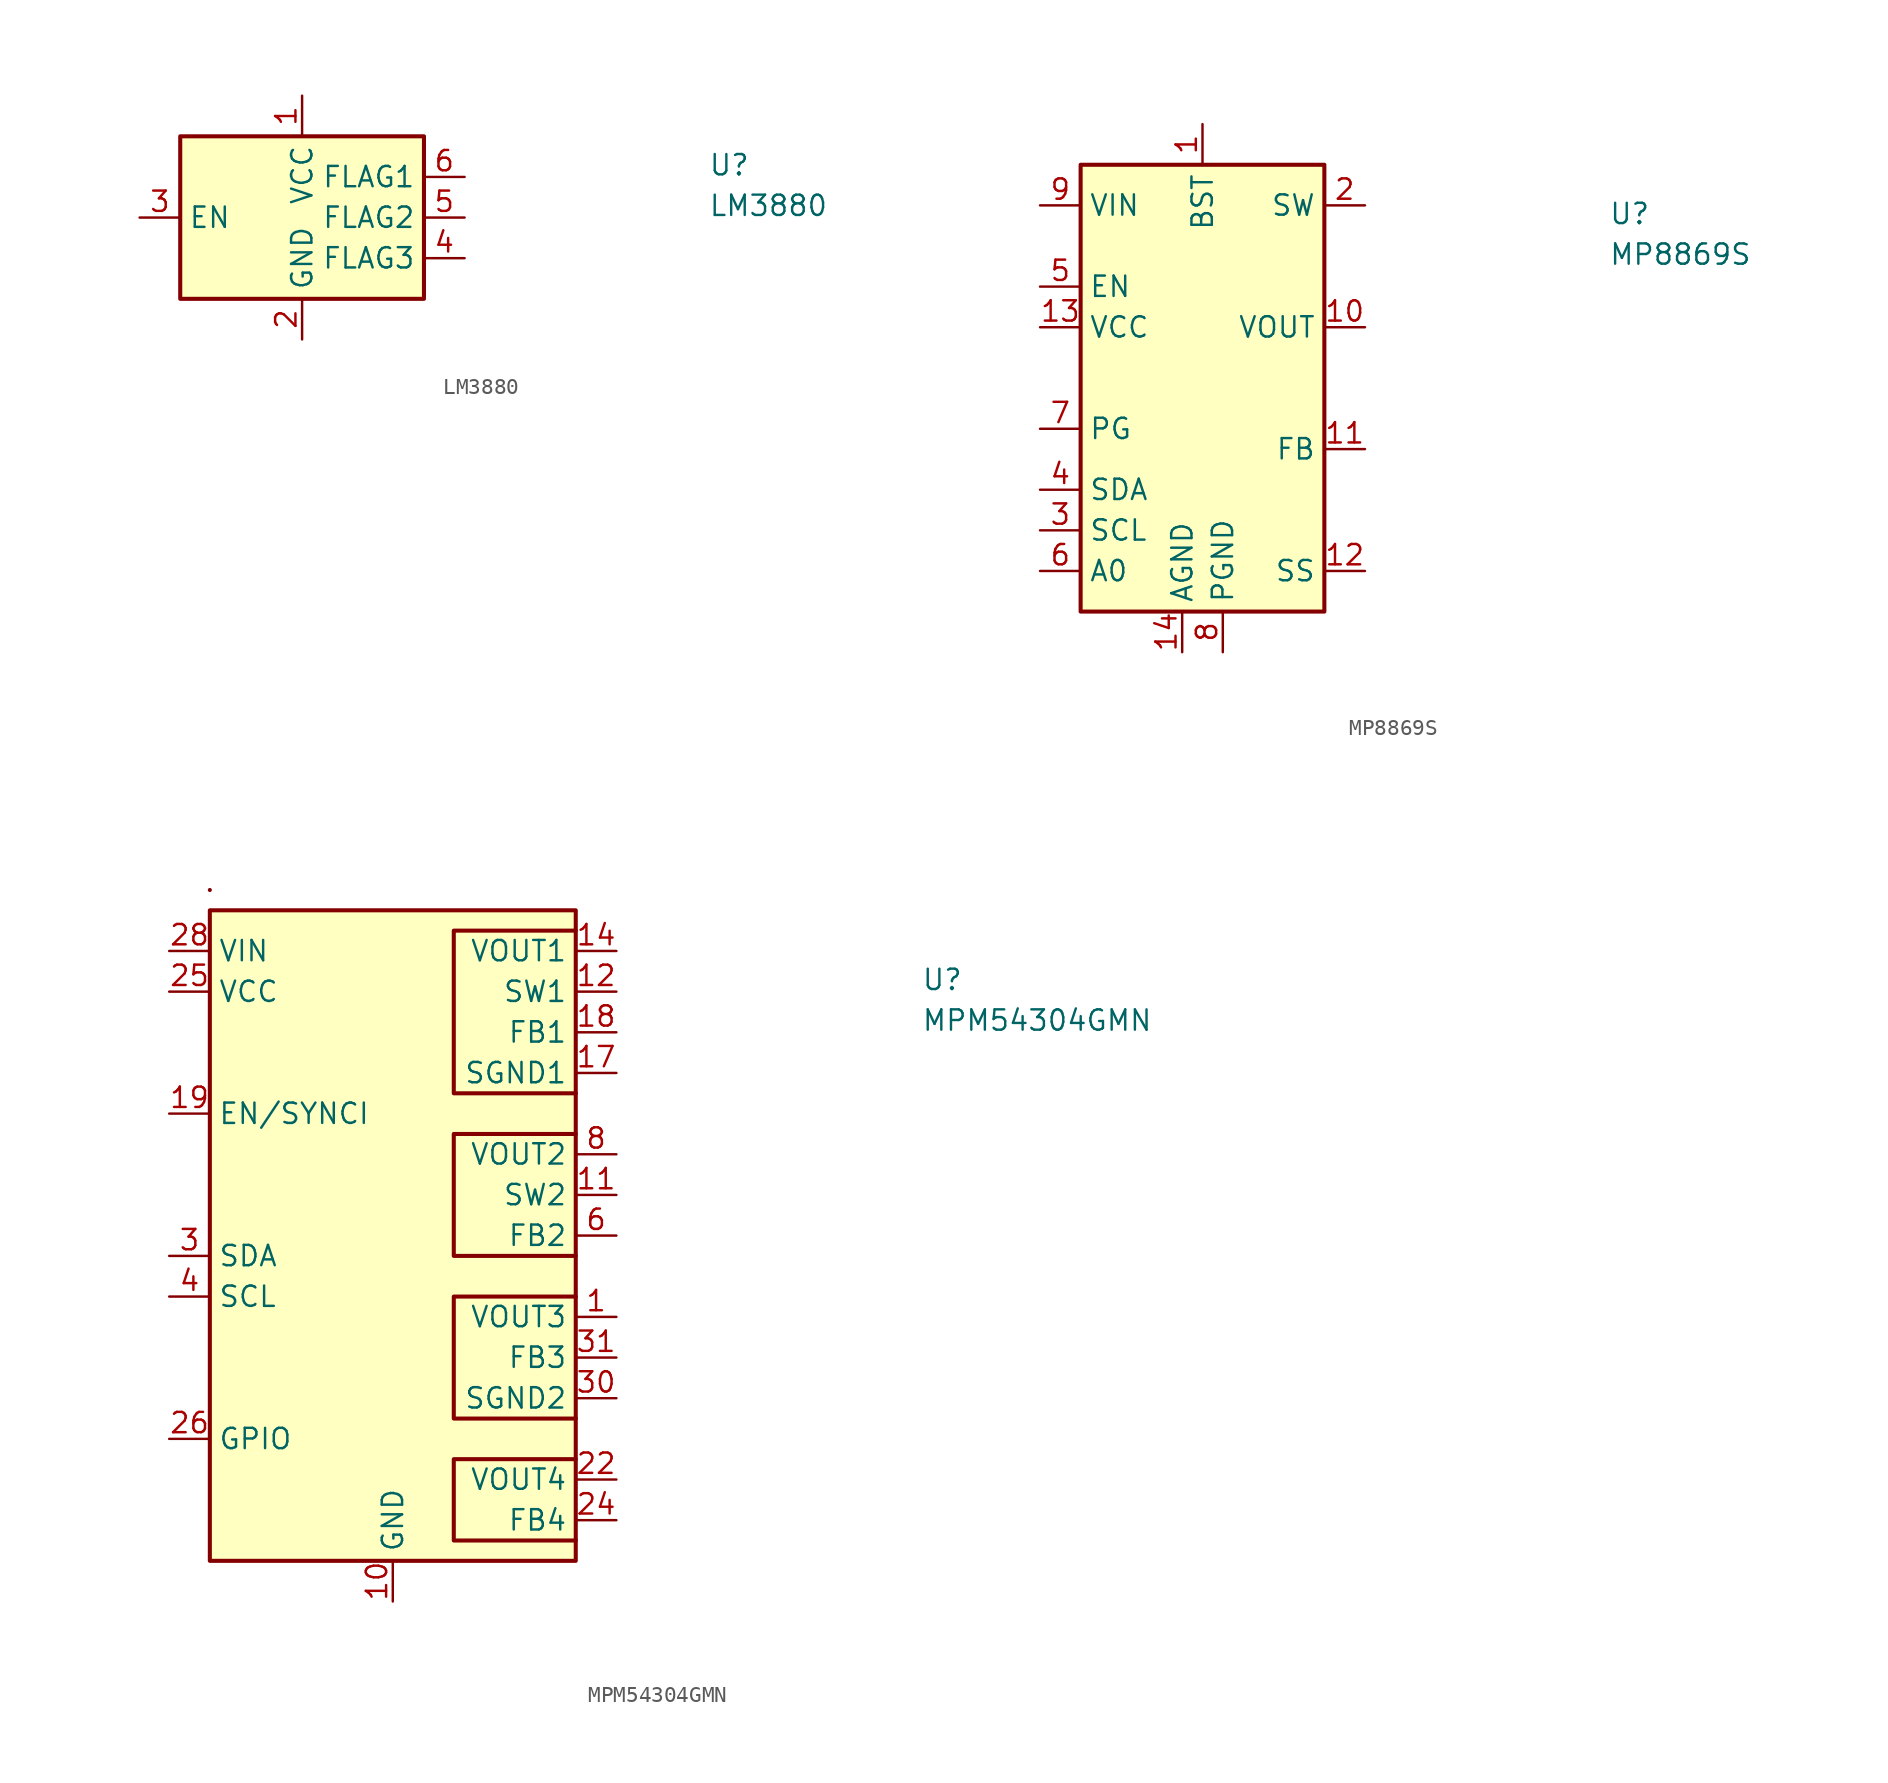
<source format=kicad_sym>
(kicad_symbol_lib
  (version 20211014)
  (generator kicad_symbol_editor)
  (symbol "LM3880"
    (property "Reference" "U"
      (at 25.4 -5.08 0)
      (effects (font (size 1.27 1.27) (thickness 0.15)) (justify left bottom)))
    (property "Value" "LM3880"
      (at 25.4 -7.62 0)
      (effects (font (size 1.27 1.27) (thickness 0.15)) (justify left bottom)))
    (symbol "LM3880_1_1"
      (rectangle (start -7.62 -2.54) (end 7.62 -12.7) (stroke (width 0.254) (type default) (color 0 0 0 0)) (fill (type background)))
      (pin power_in line (at 0 0 270) (length 2.54) (name "VCC" (effects (font (size 1.27 1.27)))) (number "1" (effects (font (size 1.27 1.27)))))
      (pin power_in line (at 0 -15.24 90) (length 2.54) (name "GND" (effects (font (size 1.27 1.27)))) (number "2" (effects (font (size 1.27 1.27)))))
      (pin input line (at -10.16 -7.62 0) (length 2.54) (name "EN" (effects (font (size 1.27 1.27)))) (number "3" (effects (font (size 1.27 1.27)))))
      (pin open_collector line (at 10.16 -10.16 180) (length 2.54) (name "FLAG3" (effects (font (size 1.27 1.27)))) (number "4" (effects (font (size 1.27 1.27)))))
      (pin open_collector line (at 10.16 -7.62 180) (length 2.54) (name "FLAG2" (effects (font (size 1.27 1.27)))) (number "5" (effects (font (size 1.27 1.27)))))
      (pin open_collector line (at 10.16 -5.08 180) (length 2.54) (name "FLAG1" (effects (font (size 1.27 1.27)))) (number "6" (effects (font (size 1.27 1.27)))))))
  (symbol "MP8869S"
    (property "Reference" "U"
      (at 25.4 -6.35 0)
      (effects (font (size 1.27 1.27) (thickness 0.15)) (justify left bottom)))
    (property "Value" "MP8869S"
      (at 25.4 -8.89 0)
      (effects (font (size 1.27 1.27) (thickness 0.15)) (justify left bottom)))
    (symbol "MP8869S_1_1"
      (rectangle (start -7.62 -2.54) (end 7.62 -30.48) (stroke (width 0.254) (type default) (color 0 0 0 0)) (fill (type background)))
      (pin power_in line (at 0 0 270) (length 2.54) (name "BST" (effects (font (size 1.27 1.27)))) (number "1" (effects (font (size 1.27 1.27)))))
      (pin unspecified line (at 10.16 -12.7 180) (length 2.54) (name "VOUT" (effects (font (size 1.27 1.27)))) (number "10" (effects (font (size 1.27 1.27)))))
      (pin unspecified line (at 10.16 -20.32 180) (length 2.54) (name "FB" (effects (font (size 1.27 1.27)))) (number "11" (effects (font (size 1.27 1.27)))))
      (pin unspecified line (at 10.16 -27.94 180) (length 2.54) (name "SS" (effects (font (size 1.27 1.27)))) (number "12" (effects (font (size 1.27 1.27)))))
      (pin power_in line (at -10.16 -12.7 0) (length 2.54) (name "VCC" (effects (font (size 1.27 1.27)))) (number "13" (effects (font (size 1.27 1.27)))))
      (pin power_in line (at -1.27 -33.02 90) (length 2.54) (name "AGND" (effects (font (size 1.27 1.27)))) (number "14" (effects (font (size 1.27 1.27)))))
      (pin output line (at 10.16 -5.08 180) (length 2.54) (name "SW" (effects (font (size 1.27 1.27)))) (number "2" (effects (font (size 1.27 1.27)))))
      (pin unspecified line (at -10.16 -25.4 0) (length 2.54) (name "SCL" (effects (font (size 1.27 1.27)))) (number "3" (effects (font (size 1.27 1.27)))))
      (pin unspecified line (at -10.16 -22.86 0) (length 2.54) (name "SDA" (effects (font (size 1.27 1.27)))) (number "4" (effects (font (size 1.27 1.27)))))
      (pin unspecified line (at -10.16 -10.16 0) (length 2.54) (name "EN" (effects (font (size 1.27 1.27)))) (number "5" (effects (font (size 1.27 1.27)))))
      (pin unspecified line (at -10.16 -27.94 0) (length 2.54) (name "A0" (effects (font (size 1.27 1.27)))) (number "6" (effects (font (size 1.27 1.27)))))
      (pin unspecified line (at -10.16 -19.05 0) (length 2.54) (name "PG" (effects (font (size 1.27 1.27)))) (number "7" (effects (font (size 1.27 1.27)))))
      (pin power_in line (at 1.27 -33.02 90) (length 2.54) (name "PGND" (effects (font (size 1.27 1.27)))) (number "8" (effects (font (size 1.27 1.27)))))
      (pin power_in line (at -10.16 -5.08 0) (length 2.54) (name "VIN" (effects (font (size 1.27 1.27)))) (number "9" (effects (font (size 1.27 1.27)))))))
  (symbol "MPM54304GMN"
    (property "Reference" "U"
      (at 46.99 -2.54 0)
      (effects (font (size 1.27 1.27) (thickness 0.15)) (justify left bottom)))
    (property "Value" "MPM54304GMN"
      (at 46.99 -5.08 0)
      (effects (font (size 1.27 1.27) (thickness 0.15)) (justify left bottom)))
    (symbol "MPM54304GMN_1_1"
      (polyline (pts (xy 25.4 -31.75) (xy 17.78 -31.75) (xy 17.78 -36.83) (xy 25.4 -36.83)) (stroke (width 0.254) (type default) (color 0 0 0 0)) (fill (type background)))
      (polyline (pts (xy 25.4 -21.59) (xy 17.78 -21.59) (xy 17.78 -29.21) (xy 25.4 -29.21)) (stroke (width 0.254) (type default) (color 0 0 0 0)) (fill (type background)))
      (polyline (pts (xy 25.4 -11.43) (xy 17.78 -11.43) (xy 17.78 -19.05) (xy 25.4 -19.05)) (stroke (width 0.254) (type default) (color 0 0 0 0)) (fill (type background)))
      (polyline (pts (xy 25.4 1.27) (xy 17.78 1.27) (xy 17.78 -8.89) (xy 25.4 -8.89)) (stroke (width 0.254) (type default) (color 0 0 0 0)) (fill (type background)))
      (rectangle (start 2.54 2.54) (end 25.4 -38.1) (stroke (width 0.254) (type default) (color 0 0 0 0)) (fill (type background)))
      (rectangle (start 2.54 3.81) (end 2.54 3.81) (stroke (width 0.254) (type default) (color 0 0 0 0)) (fill (type background)))
      (pin power_out line (at 27.94 -22.86 180) (length 2.54) (name "VOUT3" (effects (font (size 1.27 1.27)))) (number "1" (effects (font (size 1.27 1.27)))))
      (pin passive line (at 13.97 -40.64 90) (length 2.54) (name "GND" (effects (font (size 1.27 1.27)))) (number "10" (effects (font (size 1.27 1.27)))))
      (pin power_out line (at 27.94 -15.24 180) (length 2.54) (name "SW2" (effects (font (size 1.27 1.27)))) (number "11" (effects (font (size 1.27 1.27)))))
      (pin power_out line (at 27.94 -2.54 180) (length 2.54) (name "SW1" (effects (font (size 1.27 1.27)))) (number "12" (effects (font (size 1.27 1.27)))))
      (pin passive line (at 13.97 -40.64 90) (length 2.54) hide (name "GND" (effects (font (size 1.27 1.27)))) (number "13" (effects (font (size 1.27 1.27)))))
      (pin power_out line (at 27.94 0 180) (length 2.54) (name "VOUT1" (effects (font (size 1.27 1.27)))) (number "14" (effects (font (size 1.27 1.27)))))
      (pin passive line (at 27.94 0 180) (length 2.54) hide (name "VOUT1" (effects (font (size 1.27 1.27)))) (number "15" (effects (font (size 1.27 1.27)))))
      (pin passive line (at 13.97 -40.64 90) (length 2.54) hide (name "GND" (effects (font (size 1.27 1.27)))) (number "16" (effects (font (size 1.27 1.27)))))
      (pin power_out line (at 27.94 -7.62 180) (length 2.54) (name "SGND1" (effects (font (size 1.27 1.27)))) (number "17" (effects (font (size 1.27 1.27)))))
      (pin input line (at 27.94 -5.08 180) (length 2.54) (name "FB1" (effects (font (size 1.27 1.27)))) (number "18" (effects (font (size 1.27 1.27)))))
      (pin input line (at 0 -10.16 0) (length 2.54) (name "EN/SYNCI" (effects (font (size 1.27 1.27)))) (number "19" (effects (font (size 1.27 1.27)))))
      (pin passive line (at 13.97 -40.64 90) (length 2.54) hide (name "GND" (effects (font (size 1.27 1.27)))) (number "2" (effects (font (size 1.27 1.27)))))
      (pin passive line (at 13.97 -40.64 90) (length 2.54) hide (name "GND" (effects (font (size 1.27 1.27)))) (number "20" (effects (font (size 1.27 1.27)))))
      (pin passive line (at 13.97 -40.64 90) (length 2.54) hide (name "GND" (effects (font (size 1.27 1.27)))) (number "21" (effects (font (size 1.27 1.27)))))
      (pin power_out line (at 27.94 -33.02 180) (length 2.54) (name "VOUT4" (effects (font (size 1.27 1.27)))) (number "22" (effects (font (size 1.27 1.27)))))
      (pin passive line (at 27.94 -33.02 180) (length 2.54) hide (name "VOUT4" (effects (font (size 1.27 1.27)))) (number "23" (effects (font (size 1.27 1.27)))))
      (pin input line (at 27.94 -35.56 180) (length 2.54) (name "FB4" (effects (font (size 1.27 1.27)))) (number "24" (effects (font (size 1.27 1.27)))))
      (pin input line (at 0 -2.54 0) (length 2.54) (name "VCC" (effects (font (size 1.27 1.27)))) (number "25" (effects (font (size 1.27 1.27)))))
      (pin input line (at 0 -30.48 0) (length 2.54) (name "GPIO" (effects (font (size 1.27 1.27)))) (number "26" (effects (font (size 1.27 1.27)))))
      (pin passive line (at 13.97 -40.64 90) (length 2.54) hide (name "GND" (effects (font (size 1.27 1.27)))) (number "27" (effects (font (size 1.27 1.27)))))
      (pin input line (at 0 0 0) (length 2.54) (name "VIN" (effects (font (size 1.27 1.27)))) (number "28" (effects (font (size 1.27 1.27)))))
      (pin passive line (at 0 0 0) (length 2.54) hide (name "VIN" (effects (font (size 1.27 1.27)))) (number "29" (effects (font (size 1.27 1.27)))))
      (pin bidirectional line (at 0 -19.05 0) (length 2.54) (name "SDA" (effects (font (size 1.27 1.27)))) (number "3" (effects (font (size 1.27 1.27)))))
      (pin power_out line (at 27.94 -27.94 180) (length 2.54) (name "SGND2" (effects (font (size 1.27 1.27)))) (number "30" (effects (font (size 1.27 1.27)))))
      (pin input line (at 27.94 -25.4 180) (length 2.54) (name "FB3" (effects (font (size 1.27 1.27)))) (number "31" (effects (font (size 1.27 1.27)))))
      (pin passive line (at 27.94 -22.86 180) (length 2.54) hide (name "VOUT3" (effects (font (size 1.27 1.27)))) (number "32" (effects (font (size 1.27 1.27)))))
      (pin passive line (at 13.97 -40.64 90) (length 2.54) hide (name "GND" (effects (font (size 1.27 1.27)))) (number "33" (effects (font (size 1.27 1.27)))))
      (pin input line (at 0 -21.59 0) (length 2.54) (name "SCL" (effects (font (size 1.27 1.27)))) (number "4" (effects (font (size 1.27 1.27)))))
      (pin passive line (at 13.97 -40.64 90) (length 2.54) hide (name "GND" (effects (font (size 1.27 1.27)))) (number "5" (effects (font (size 1.27 1.27)))))
      (pin input line (at 27.94 -17.78 180) (length 2.54) (name "FB2" (effects (font (size 1.27 1.27)))) (number "6" (effects (font (size 1.27 1.27)))))
      (pin passive line (at 13.97 -40.64 90) (length 2.54) hide (name "GND" (effects (font (size 1.27 1.27)))) (number "7" (effects (font (size 1.27 1.27)))))
      (pin power_out line (at 27.94 -12.7 180) (length 2.54) (name "VOUT2" (effects (font (size 1.27 1.27)))) (number "8" (effects (font (size 1.27 1.27)))))
      (pin passive line (at 27.94 -12.7 180) (length 2.54) hide (name "VOUT2" (effects (font (size 1.27 1.27)))) (number "9" (effects (font (size 1.27 1.27))))))))
</source>
